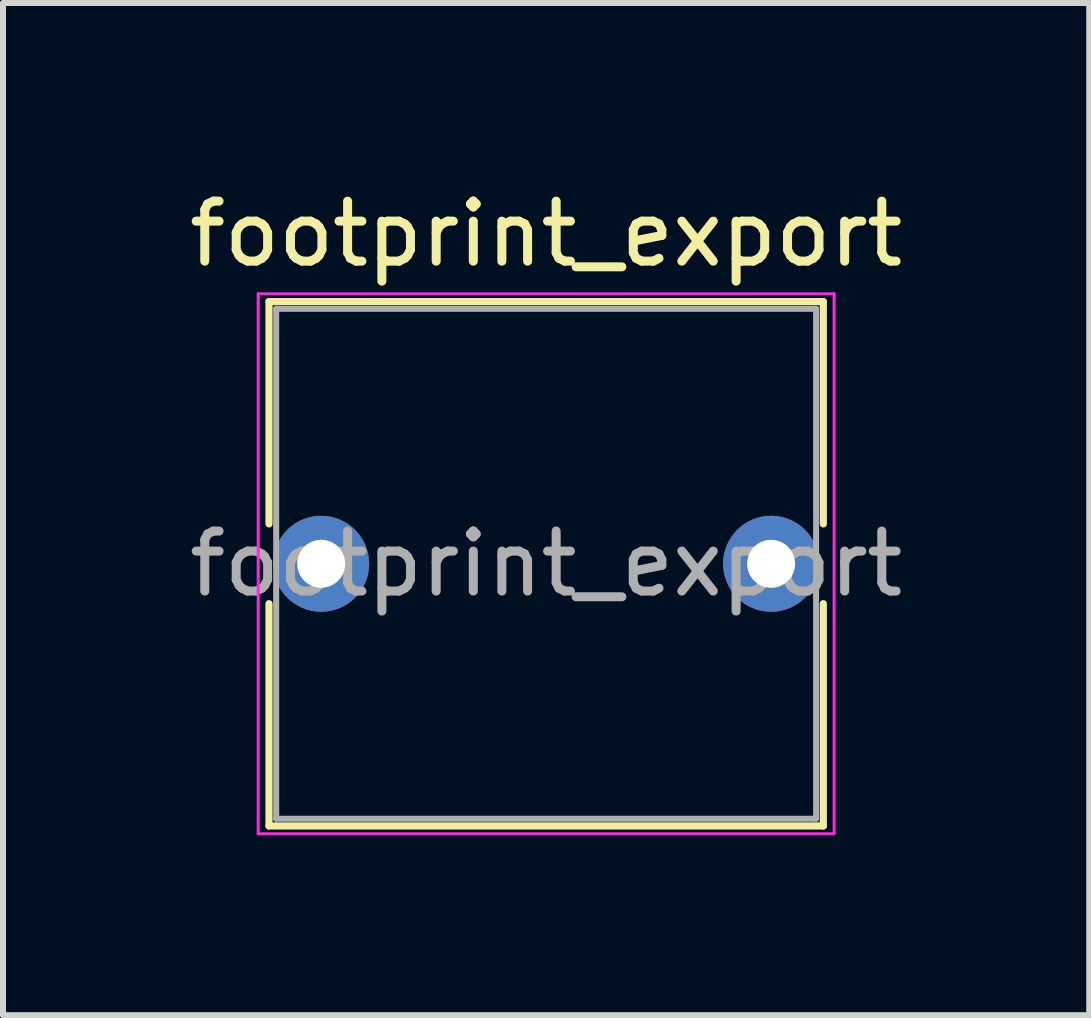
<source format=kicad_pcb>
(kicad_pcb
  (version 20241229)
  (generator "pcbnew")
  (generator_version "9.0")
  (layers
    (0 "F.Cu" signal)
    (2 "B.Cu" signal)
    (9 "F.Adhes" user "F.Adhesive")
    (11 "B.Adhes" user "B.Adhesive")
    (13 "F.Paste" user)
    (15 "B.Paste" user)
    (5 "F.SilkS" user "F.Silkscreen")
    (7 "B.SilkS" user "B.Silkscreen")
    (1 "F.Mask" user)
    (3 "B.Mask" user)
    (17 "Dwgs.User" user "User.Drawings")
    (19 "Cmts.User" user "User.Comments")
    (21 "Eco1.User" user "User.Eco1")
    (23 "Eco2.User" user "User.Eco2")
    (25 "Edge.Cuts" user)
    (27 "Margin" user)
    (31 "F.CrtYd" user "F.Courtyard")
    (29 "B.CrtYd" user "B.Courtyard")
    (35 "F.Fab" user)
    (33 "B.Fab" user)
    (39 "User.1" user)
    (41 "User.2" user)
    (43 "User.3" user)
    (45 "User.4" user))
  (footprint "footprint_export"
    (layer "F.Cu")
    (at 2.304 6.348)
    (property "Reference" "footprint_export" (at 3.75 -5.5 0) (layer "F.SilkS") (effects (font (size 1 1) (thickness 0.15))))
    (attr through_hole)
    (fp_line (start -0.87 -4.37) (end -0.87 -0.665) (stroke (width 0.12) (type solid)) (layer "F.SilkS"))
    (fp_line (start -0.87 -4.37) (end 8.37 -4.37) (stroke (width 0.12) (type solid)) (layer "F.SilkS"))
    (fp_line (start -0.87 0.665) (end -0.87 4.37) (stroke (width 0.12) (type solid)) (layer "F.SilkS"))
    (fp_line (start -0.87 4.37) (end 8.37 4.37) (stroke (width 0.12) (type solid)) (layer "F.SilkS"))
    (fp_line (start 8.37 -4.37) (end 8.37 -0.665) (stroke (width 0.12) (type solid)) (layer "F.SilkS"))
    (fp_line (start 8.37 0.665) (end 8.37 4.37) (stroke (width 0.12) (type solid)) (layer "F.SilkS"))
    (fp_line (start -1.05 -4.5) (end -1.05 4.5) (stroke (width 0.05) (type solid)) (layer "F.CrtYd"))
    (fp_line (start -1.05 4.5) (end 8.55 4.5) (stroke (width 0.05) (type solid)) (layer "F.CrtYd"))
    (fp_line (start 8.55 -4.5) (end -1.05 -4.5) (stroke (width 0.05) (type solid)) (layer "F.CrtYd"))
    (fp_line (start 8.55 4.5) (end 8.55 -4.5) (stroke (width 0.05) (type solid)) (layer "F.CrtYd"))
    (fp_line (start -0.75 -4.25) (end -0.75 4.25) (stroke (width 0.1) (type solid)) (layer "F.Fab"))
    (fp_line (start -0.75 4.25) (end 8.25 4.25) (stroke (width 0.1) (type solid)) (layer "F.Fab"))
    (fp_line (start 8.25 -4.25) (end -0.75 -4.25) (stroke (width 0.1) (type solid)) (layer "F.Fab"))
    (fp_line (start 8.25 4.25) (end 8.25 -4.25) (stroke (width 0.1) (type solid)) (layer "F.Fab"))
    (fp_text user "${REFERENCE}" (at 3.75 0 0) (layer "F.Fab") (effects (font (size 1 1) (thickness 0.15))))
    (pad "1" thru_hole circle (at 0 0) (size 1.6 1.6) (drill 0.8) (layers "*.Cu" "*.Mask"))
    (pad "2" thru_hole circle (at 7.5 0) (size 1.6 1.6) (drill 0.8) (layers "*.Cu" "*.Mask")))
  (gr_rect
    (start -3 -3)
    (end 15.107 13.873)
    (stroke (width 0.1) (type default))
    (fill no)
    (layer "Edge.Cuts")))
</source>
